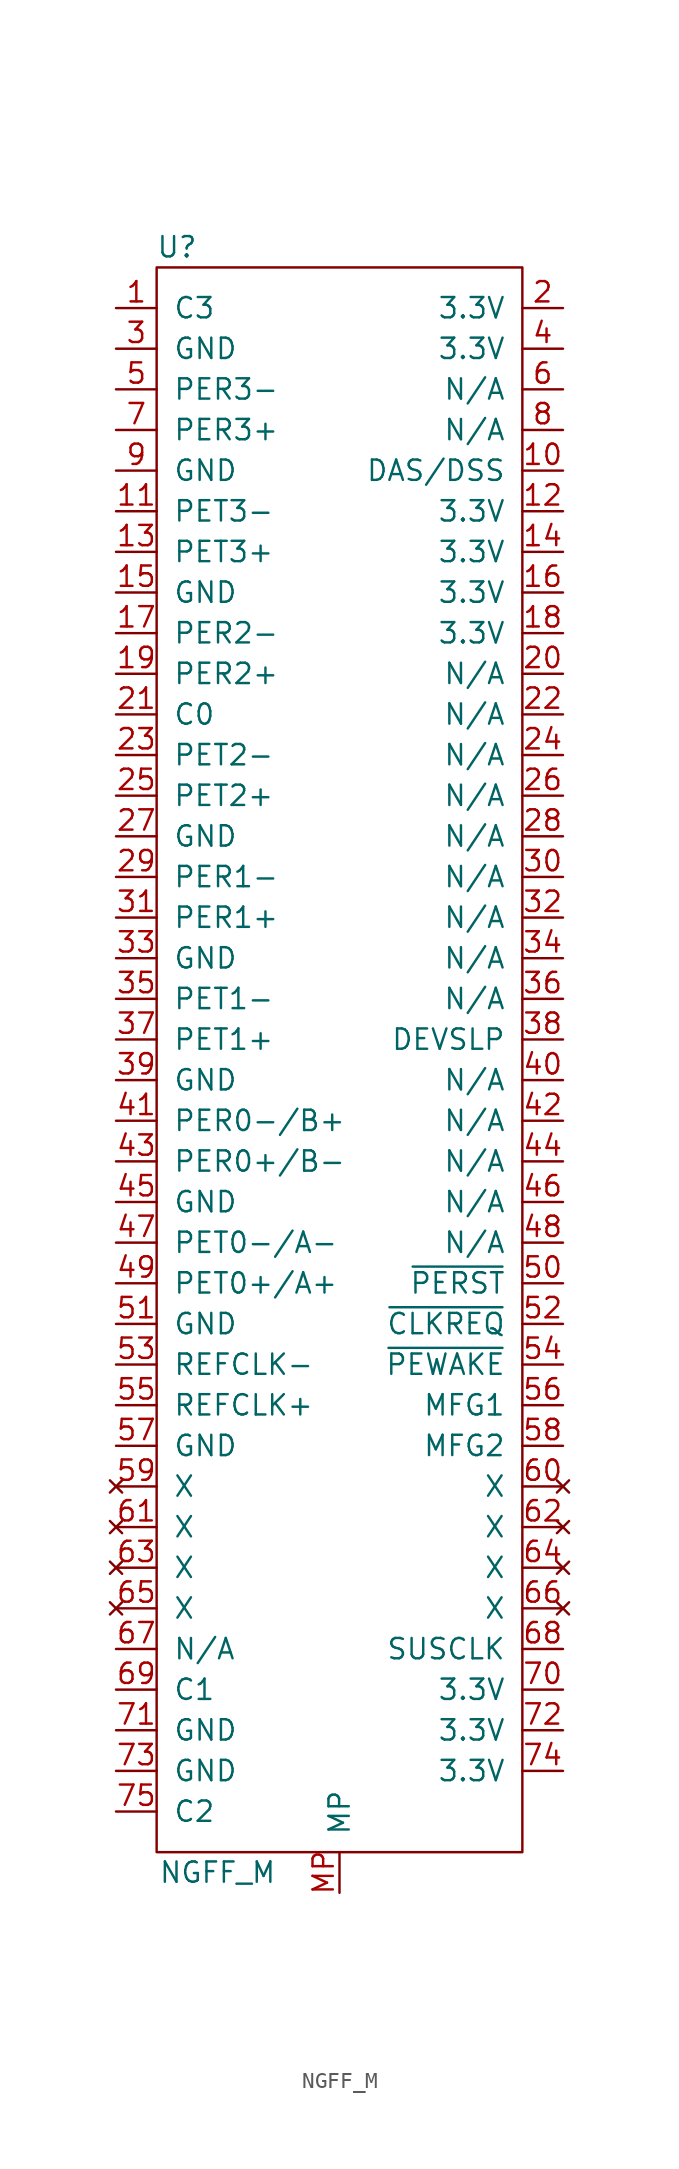
<source format=kicad_sym>
(kicad_symbol_lib
  (version 20241209)
  (generator "kicad_symbol_editor")
  (generator_version "9.0")
  (symbol "NGFF_M"
    (pin_names
      (offset 1.016))
    (property "Reference" "U"
      (at -10.16 35.56 0)
      (effects (font (size 1.27 1.27))))
    (property "Value" "NGFF_M"
      (at -7.62 -66.04 0)
      (effects (font (size 1.27 1.27))))
    (symbol "NGFF_M_0_1"
      (rectangle (start -11.43 34.29) (end 11.43 -64.77) (stroke (width 0) (type solid)) (fill (type none))))
    (symbol "NGFF_M_1_1"
      (pin input line (at -13.97 31.75 0) (length 2.54) (name "C3" (effects (font (size 1.27 1.27)))) (number "1" (effects (font (size 1.27 1.27)))))
      (pin input line (at -13.97 29.21 0) (length 2.54) (name "GND" (effects (font (size 1.27 1.27)))) (number "3" (effects (font (size 1.27 1.27)))))
      (pin input line (at -13.97 26.67 0) (length 2.54) (name "PER3-" (effects (font (size 1.27 1.27)))) (number "5" (effects (font (size 1.27 1.27)))))
      (pin input line (at -13.97 24.13 0) (length 2.54) (name "PER3+" (effects (font (size 1.27 1.27)))) (number "7" (effects (font (size 1.27 1.27)))))
      (pin input line (at -13.97 21.59 0) (length 2.54) (name "GND" (effects (font (size 1.27 1.27)))) (number "9" (effects (font (size 1.27 1.27)))))
      (pin input line (at -13.97 19.05 0) (length 2.54) (name "PET3-" (effects (font (size 1.27 1.27)))) (number "11" (effects (font (size 1.27 1.27)))))
      (pin input line (at -13.97 16.51 0) (length 2.54) (name "PET3+" (effects (font (size 1.27 1.27)))) (number "13" (effects (font (size 1.27 1.27)))))
      (pin input line (at -13.97 13.97 0) (length 2.54) (name "GND" (effects (font (size 1.27 1.27)))) (number "15" (effects (font (size 1.27 1.27)))))
      (pin input line (at -13.97 11.43 0) (length 2.54) (name "PER2-" (effects (font (size 1.27 1.27)))) (number "17" (effects (font (size 1.27 1.27)))))
      (pin input line (at -13.97 8.89 0) (length 2.54) (name "PER2+" (effects (font (size 1.27 1.27)))) (number "19" (effects (font (size 1.27 1.27)))))
      (pin input line (at -13.97 6.35 0) (length 2.54) (name "C0" (effects (font (size 1.27 1.27)))) (number "21" (effects (font (size 1.27 1.27)))))
      (pin input line (at -13.97 3.81 0) (length 2.54) (name "PET2-" (effects (font (size 1.27 1.27)))) (number "23" (effects (font (size 1.27 1.27)))))
      (pin input line (at -13.97 1.27 0) (length 2.54) (name "PET2+" (effects (font (size 1.27 1.27)))) (number "25" (effects (font (size 1.27 1.27)))))
      (pin input line (at -13.97 -1.27 0) (length 2.54) (name "GND" (effects (font (size 1.27 1.27)))) (number "27" (effects (font (size 1.27 1.27)))))
      (pin input line (at -13.97 -3.81 0) (length 2.54) (name "PER1-" (effects (font (size 1.27 1.27)))) (number "29" (effects (font (size 1.27 1.27)))))
      (pin input line (at -13.97 -6.35 0) (length 2.54) (name "PER1+" (effects (font (size 1.27 1.27)))) (number "31" (effects (font (size 1.27 1.27)))))
      (pin input line (at -13.97 -8.89 0) (length 2.54) (name "GND" (effects (font (size 1.27 1.27)))) (number "33" (effects (font (size 1.27 1.27)))))
      (pin input line (at -13.97 -11.43 0) (length 2.54) (name "PET1-" (effects (font (size 1.27 1.27)))) (number "35" (effects (font (size 1.27 1.27)))))
      (pin input line (at -13.97 -13.97 0) (length 2.54) (name "PET1+" (effects (font (size 1.27 1.27)))) (number "37" (effects (font (size 1.27 1.27)))))
      (pin input line (at -13.97 -16.51 0) (length 2.54) (name "GND" (effects (font (size 1.27 1.27)))) (number "39" (effects (font (size 1.27 1.27)))))
      (pin input line (at -13.97 -19.05 0) (length 2.54) (name "PER0-/B+" (effects (font (size 1.27 1.27)))) (number "41" (effects (font (size 1.27 1.27)))))
      (pin input line (at -13.97 -21.59 0) (length 2.54) (name "PER0+/B-" (effects (font (size 1.27 1.27)))) (number "43" (effects (font (size 1.27 1.27)))))
      (pin input line (at -13.97 -24.13 0) (length 2.54) (name "GND" (effects (font (size 1.27 1.27)))) (number "45" (effects (font (size 1.27 1.27)))))
      (pin input line (at -13.97 -26.67 0) (length 2.54) (name "PET0-/A-" (effects (font (size 1.27 1.27)))) (number "47" (effects (font (size 1.27 1.27)))))
      (pin input line (at -13.97 -29.21 0) (length 2.54) (name "PET0+/A+" (effects (font (size 1.27 1.27)))) (number "49" (effects (font (size 1.27 1.27)))))
      (pin input line (at -13.97 -31.75 0) (length 2.54) (name "GND" (effects (font (size 1.27 1.27)))) (number "51" (effects (font (size 1.27 1.27)))))
      (pin input line (at -13.97 -34.29 0) (length 2.54) (name "REFCLK-" (effects (font (size 1.27 1.27)))) (number "53" (effects (font (size 1.27 1.27)))))
      (pin input line (at -13.97 -36.83 0) (length 2.54) (name "REFCLK+" (effects (font (size 1.27 1.27)))) (number "55" (effects (font (size 1.27 1.27)))))
      (pin input line (at -13.97 -39.37 0) (length 2.54) (name "GND" (effects (font (size 1.27 1.27)))) (number "57" (effects (font (size 1.27 1.27)))))
      (pin no_connect line (at -13.97 -41.91 0) (length 2.54) (name "X" (effects (font (size 1.27 1.27)))) (number "59" (effects (font (size 1.27 1.27)))))
      (pin no_connect line (at -13.97 -44.45 0) (length 2.54) (name "X" (effects (font (size 1.27 1.27)))) (number "61" (effects (font (size 1.27 1.27)))))
      (pin no_connect line (at -13.97 -46.99 0) (length 2.54) (name "X" (effects (font (size 1.27 1.27)))) (number "63" (effects (font (size 1.27 1.27)))))
      (pin no_connect line (at -13.97 -49.53 0) (length 2.54) (name "X" (effects (font (size 1.27 1.27)))) (number "65" (effects (font (size 1.27 1.27)))))
      (pin input line (at -13.97 -52.07 0) (length 2.54) (name "N/A" (effects (font (size 1.27 1.27)))) (number "67" (effects (font (size 1.27 1.27)))))
      (pin input line (at -13.97 -54.61 0) (length 2.54) (name "C1" (effects (font (size 1.27 1.27)))) (number "69" (effects (font (size 1.27 1.27)))))
      (pin input line (at -13.97 -57.15 0) (length 2.54) (name "GND" (effects (font (size 1.27 1.27)))) (number "71" (effects (font (size 1.27 1.27)))))
      (pin input line (at -13.97 -59.69 0) (length 2.54) (name "GND" (effects (font (size 1.27 1.27)))) (number "73" (effects (font (size 1.27 1.27)))))
      (pin input line (at -13.97 -62.23 0) (length 2.54) (name "C2" (effects (font (size 1.27 1.27)))) (number "75" (effects (font (size 1.27 1.27)))))
      (pin input line (at 0 -67.31 90) (length 2.54) (name "MP" (effects (font (size 1.27 1.27)))) (number "MP" (effects (font (size 1.27 1.27)))))
      (pin input line (at 13.97 31.75 180) (length 2.54) (name "3.3V" (effects (font (size 1.27 1.27)))) (number "2" (effects (font (size 1.27 1.27)))))
      (pin input line (at 13.97 29.21 180) (length 2.54) (name "3.3V" (effects (font (size 1.27 1.27)))) (number "4" (effects (font (size 1.27 1.27)))))
      (pin input line (at 13.97 26.67 180) (length 2.54) (name "N/A" (effects (font (size 1.27 1.27)))) (number "6" (effects (font (size 1.27 1.27)))))
      (pin input line (at 13.97 24.13 180) (length 2.54) (name "N/A" (effects (font (size 1.27 1.27)))) (number "8" (effects (font (size 1.27 1.27)))))
      (pin input line (at 13.97 21.59 180) (length 2.54) (name "DAS/DSS" (effects (font (size 1.27 1.27)))) (number "10" (effects (font (size 1.27 1.27)))))
      (pin input line (at 13.97 19.05 180) (length 2.54) (name "3.3V" (effects (font (size 1.27 1.27)))) (number "12" (effects (font (size 1.27 1.27)))))
      (pin input line (at 13.97 16.51 180) (length 2.54) (name "3.3V" (effects (font (size 1.27 1.27)))) (number "14" (effects (font (size 1.27 1.27)))))
      (pin input line (at 13.97 13.97 180) (length 2.54) (name "3.3V" (effects (font (size 1.27 1.27)))) (number "16" (effects (font (size 1.27 1.27)))))
      (pin input line (at 13.97 11.43 180) (length 2.54) (name "3.3V" (effects (font (size 1.27 1.27)))) (number "18" (effects (font (size 1.27 1.27)))))
      (pin input line (at 13.97 8.89 180) (length 2.54) (name "N/A" (effects (font (size 1.27 1.27)))) (number "20" (effects (font (size 1.27 1.27)))))
      (pin input line (at 13.97 6.35 180) (length 2.54) (name "N/A" (effects (font (size 1.27 1.27)))) (number "22" (effects (font (size 1.27 1.27)))))
      (pin input line (at 13.97 3.81 180) (length 2.54) (name "N/A" (effects (font (size 1.27 1.27)))) (number "24" (effects (font (size 1.27 1.27)))))
      (pin input line (at 13.97 1.27 180) (length 2.54) (name "N/A" (effects (font (size 1.27 1.27)))) (number "26" (effects (font (size 1.27 1.27)))))
      (pin input line (at 13.97 -1.27 180) (length 2.54) (name "N/A" (effects (font (size 1.27 1.27)))) (number "28" (effects (font (size 1.27 1.27)))))
      (pin input line (at 13.97 -3.81 180) (length 2.54) (name "N/A" (effects (font (size 1.27 1.27)))) (number "30" (effects (font (size 1.27 1.27)))))
      (pin input line (at 13.97 -6.35 180) (length 2.54) (name "N/A" (effects (font (size 1.27 1.27)))) (number "32" (effects (font (size 1.27 1.27)))))
      (pin input line (at 13.97 -8.89 180) (length 2.54) (name "N/A" (effects (font (size 1.27 1.27)))) (number "34" (effects (font (size 1.27 1.27)))))
      (pin input line (at 13.97 -11.43 180) (length 2.54) (name "N/A" (effects (font (size 1.27 1.27)))) (number "36" (effects (font (size 1.27 1.27)))))
      (pin input line (at 13.97 -13.97 180) (length 2.54) (name "DEVSLP" (effects (font (size 1.27 1.27)))) (number "38" (effects (font (size 1.27 1.27)))))
      (pin input line (at 13.97 -16.51 180) (length 2.54) (name "N/A" (effects (font (size 1.27 1.27)))) (number "40" (effects (font (size 1.27 1.27)))))
      (pin input line (at 13.97 -19.05 180) (length 2.54) (name "N/A" (effects (font (size 1.27 1.27)))) (number "42" (effects (font (size 1.27 1.27)))))
      (pin input line (at 13.97 -21.59 180) (length 2.54) (name "N/A" (effects (font (size 1.27 1.27)))) (number "44" (effects (font (size 1.27 1.27)))))
      (pin input line (at 13.97 -24.13 180) (length 2.54) (name "N/A" (effects (font (size 1.27 1.27)))) (number "46" (effects (font (size 1.27 1.27)))))
      (pin input line (at 13.97 -26.67 180) (length 2.54) (name "N/A" (effects (font (size 1.27 1.27)))) (number "48" (effects (font (size 1.27 1.27)))))
      (pin input line (at 13.97 -29.21 180) (length 2.54) (name "~{PERST}" (effects (font (size 1.27 1.27)))) (number "50" (effects (font (size 1.27 1.27)))))
      (pin input line (at 13.97 -31.75 180) (length 2.54) (name "~{CLKREQ}" (effects (font (size 1.27 1.27)))) (number "52" (effects (font (size 1.27 1.27)))))
      (pin input line (at 13.97 -34.29 180) (length 2.54) (name "~{PEWAKE}" (effects (font (size 1.27 1.27)))) (number "54" (effects (font (size 1.27 1.27)))))
      (pin input line (at 13.97 -36.83 180) (length 2.54) (name "MFG1" (effects (font (size 1.27 1.27)))) (number "56" (effects (font (size 1.27 1.27)))))
      (pin input line (at 13.97 -39.37 180) (length 2.54) (name "MFG2" (effects (font (size 1.27 1.27)))) (number "58" (effects (font (size 1.27 1.27)))))
      (pin no_connect line (at 13.97 -41.91 180) (length 2.54) (name "X" (effects (font (size 1.27 1.27)))) (number "60" (effects (font (size 1.27 1.27)))))
      (pin no_connect line (at 13.97 -44.45 180) (length 2.54) (name "X" (effects (font (size 1.27 1.27)))) (number "62" (effects (font (size 1.27 1.27)))))
      (pin no_connect line (at 13.97 -46.99 180) (length 2.54) (name "X" (effects (font (size 1.27 1.27)))) (number "64" (effects (font (size 1.27 1.27)))))
      (pin no_connect line (at 13.97 -49.53 180) (length 2.54) (name "X" (effects (font (size 1.27 1.27)))) (number "66" (effects (font (size 1.27 1.27)))))
      (pin input line (at 13.97 -52.07 180) (length 2.54) (name "SUSCLK" (effects (font (size 1.27 1.27)))) (number "68" (effects (font (size 1.27 1.27)))))
      (pin input line (at 13.97 -54.61 180) (length 2.54) (name "3.3V" (effects (font (size 1.27 1.27)))) (number "70" (effects (font (size 1.27 1.27)))))
      (pin input line (at 13.97 -57.15 180) (length 2.54) (name "3.3V" (effects (font (size 1.27 1.27)))) (number "72" (effects (font (size 1.27 1.27)))))
      (pin input line (at 13.97 -59.69 180) (length 2.54) (name "3.3V" (effects (font (size 1.27 1.27)))) (number "74" (effects (font (size 1.27 1.27))))))))
</source>
